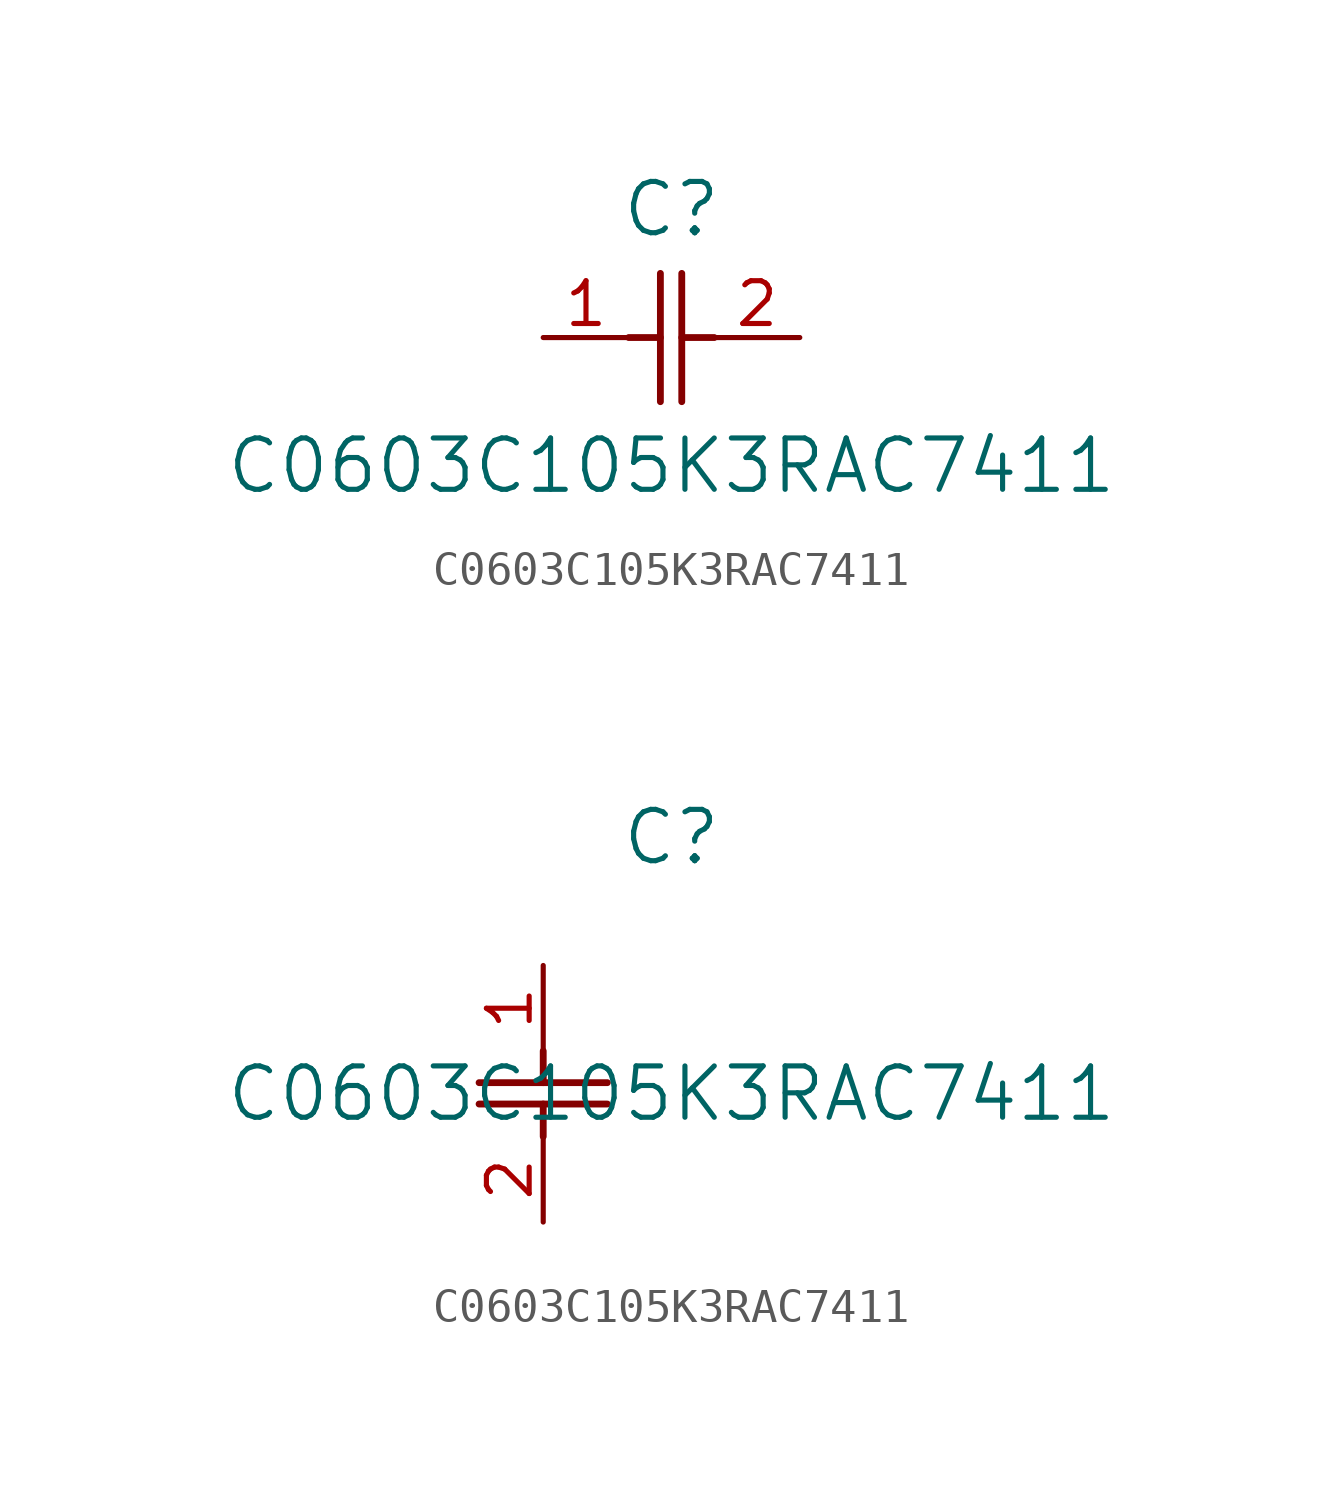
<source format=kicad_sym>
(kicad_symbol_lib
  (version 20211014)
  (generator kicad_symbol_editor)
  (symbol "C0603C105K3RAC7411"
    (pin_names
      (offset 0.254))
    (property "Reference" "C"
      (at 3.81 3.81 0)
      (effects (font (size 1.524 1.524))))
    (property "Value" "C0603C105K3RAC7411"
      (at 3.81 -3.81 0)
      (effects (font (size 1.524 1.524))))
    (symbol "C0603C105K3RAC7411_1_1"
      (polyline (pts (xy 3.48 -1.905) (xy 3.48 1.905)) (stroke (width 0.203) (type default) (color 0 0 0 0)) (fill (type none)))
      (polyline (pts (xy 4.115 -1.905) (xy 4.115 1.905)) (stroke (width 0.203) (type default) (color 0 0 0 0)) (fill (type none)))
      (polyline (pts (xy 4.115 0) (xy 5.08 0)) (stroke (width 0.203) (type default) (color 0 0 0 0)) (fill (type none)))
      (polyline (pts (xy 2.54 0) (xy 3.48 0)) (stroke (width 0.203) (type default) (color 0 0 0 0)) (fill (type none)))
      (pin unspecified line (at 0 0 0) (length 2.54) (name "" (effects (font (size 1.27 1.27)))) (number "1" (effects (font (size 1.27 1.27)))))
      (pin unspecified line (at 7.62 0 180) (length 2.54) (name "" (effects (font (size 1.27 1.27)))) (number "2" (effects (font (size 1.27 1.27))))))
    (symbol "C0603C105K3RAC7411_1_2"
      (polyline (pts (xy -1.905 -3.48) (xy 1.905 -3.48)) (stroke (width 0.203) (type default) (color 0 0 0 0)) (fill (type none)))
      (polyline (pts (xy -1.905 -4.115) (xy 1.905 -4.115)) (stroke (width 0.203) (type default) (color 0 0 0 0)) (fill (type none)))
      (polyline (pts (xy 0 -4.115) (xy 0 -5.08)) (stroke (width 0.203) (type default) (color 0 0 0 0)) (fill (type none)))
      (polyline (pts (xy 0 -2.54) (xy 0 -3.48)) (stroke (width 0.203) (type default) (color 0 0 0 0)) (fill (type none)))
      (pin unspecified line (at 0 0 270) (length 2.54) (name "" (effects (font (size 1.27 1.27)))) (number "1" (effects (font (size 1.27 1.27)))))
      (pin unspecified line (at 0 -7.62 90) (length 2.54) (name "" (effects (font (size 1.27 1.27)))) (number "2" (effects (font (size 1.27 1.27))))))))
</source>
